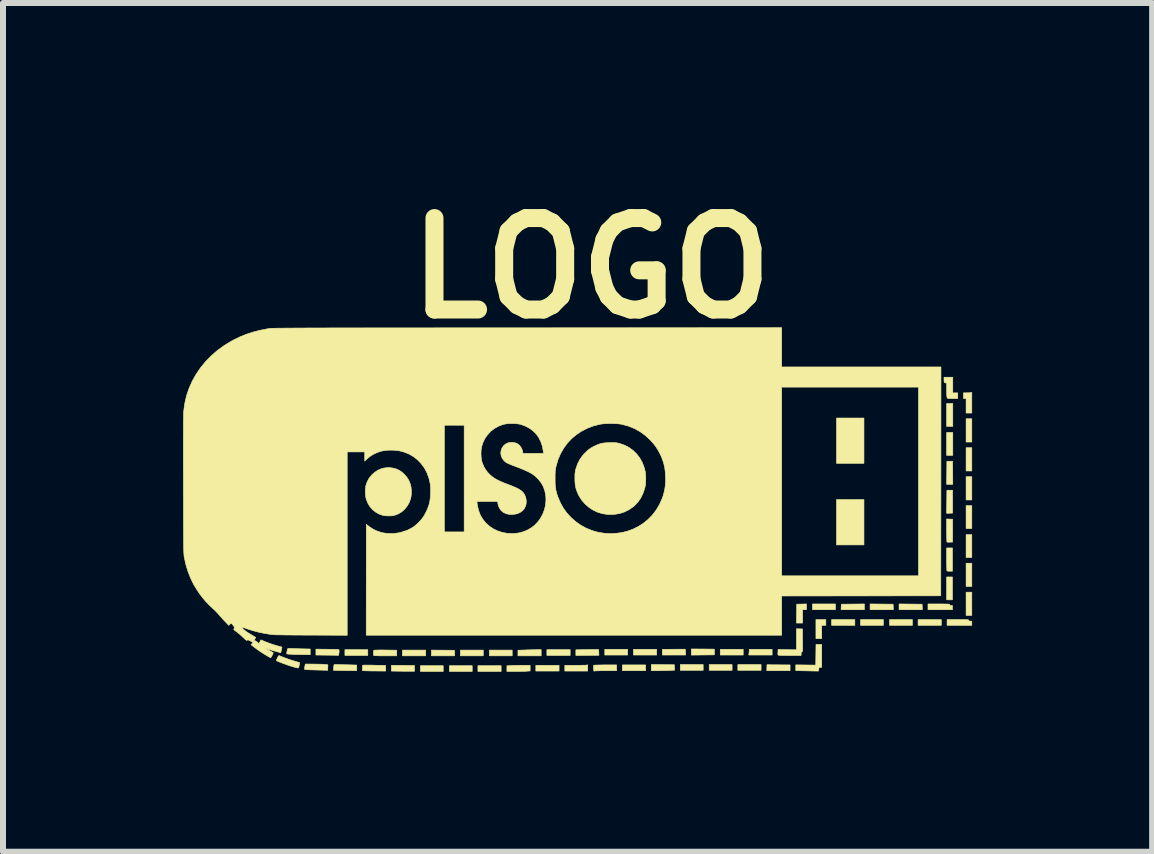
<source format=kicad_pcb>
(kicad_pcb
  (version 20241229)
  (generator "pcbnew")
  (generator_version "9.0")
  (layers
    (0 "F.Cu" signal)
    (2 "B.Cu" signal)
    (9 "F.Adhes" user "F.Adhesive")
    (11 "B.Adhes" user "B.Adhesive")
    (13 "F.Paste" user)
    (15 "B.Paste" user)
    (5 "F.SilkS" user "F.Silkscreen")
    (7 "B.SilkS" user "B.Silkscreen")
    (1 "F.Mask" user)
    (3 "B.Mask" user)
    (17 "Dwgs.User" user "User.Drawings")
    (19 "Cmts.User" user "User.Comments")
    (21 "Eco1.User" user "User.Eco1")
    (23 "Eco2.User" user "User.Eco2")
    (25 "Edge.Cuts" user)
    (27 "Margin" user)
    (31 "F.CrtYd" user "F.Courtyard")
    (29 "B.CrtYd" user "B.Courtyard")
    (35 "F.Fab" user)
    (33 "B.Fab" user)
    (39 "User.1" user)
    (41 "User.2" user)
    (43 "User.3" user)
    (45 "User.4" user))
  (footprint "LOGO"
    (layer "F.Cu")
    (at 6.602 5.318)
    (property "Reference" "LOGO" (at 0.2 -3.9 0) (layer "F.SilkS") (effects (font (size 1.524 1.524) (thickness 0.3))))
    (attr through_hole)
    (fp_poly (pts (xy -3.524 2.553) (xy -3.905 2.553) (xy -3.905 2.457) (xy -3.524 2.457) (xy -3.524 2.553)) (stroke (width 0.01) (type solid)) (fill yes) (layer "F.SilkS"))
    (fp_poly (pts (xy -2.559 2.559) (xy -2.946 2.559) (xy -2.946 2.464) (xy -2.559 2.464) (xy -2.559 2.559)) (stroke (width 0.01) (type solid)) (fill yes) (layer "F.SilkS"))
    (fp_poly (pts (xy -2.267 2.819) (xy -2.648 2.819) (xy -2.648 2.724) (xy -2.267 2.724) (xy -2.267 2.819)) (stroke (width 0.01) (type solid)) (fill yes) (layer "F.SilkS"))
    (fp_poly (pts (xy -1.784 2.819) (xy -2.165 2.819) (xy -2.165 2.724) (xy -1.784 2.724) (xy -1.784 2.819)) (stroke (width 0.01) (type solid)) (fill yes) (layer "F.SilkS"))
    (fp_poly (pts (xy -1.6 2.559) (xy -1.981 2.559) (xy -1.981 2.464) (xy -1.6 2.464) (xy -1.6 2.559)) (stroke (width 0.01) (type solid)) (fill yes) (layer "F.SilkS"))
    (fp_poly (pts (xy -1.302 2.819) (xy -1.689 2.819) (xy -1.689 2.724) (xy -1.302 2.724) (xy -1.302 2.819)) (stroke (width 0.01) (type solid)) (fill yes) (layer "F.SilkS"))
    (fp_poly (pts (xy -1.118 2.559) (xy -1.499 2.559) (xy -1.499 2.464) (xy -1.118 2.464) (xy -1.118 2.559)) (stroke (width 0.01) (type solid)) (fill yes) (layer "F.SilkS"))
    (fp_poly (pts (xy -0.337 2.813) (xy -0.724 2.813) (xy -0.724 2.718) (xy -0.337 2.718) (xy -0.337 2.813)) (stroke (width 0.01) (type solid)) (fill yes) (layer "F.SilkS"))
    (fp_poly (pts (xy -0.152 2.553) (xy -0.54 2.553) (xy -0.54 2.457) (xy -0.152 2.457) (xy -0.152 2.553)) (stroke (width 0.01) (type solid)) (fill yes) (layer "F.SilkS"))
    (fp_poly (pts (xy 0.806 2.546) (xy 0.425 2.546) (xy 0.425 2.451) (xy 0.806 2.451) (xy 0.806 2.546)) (stroke (width 0.01) (type solid)) (fill yes) (layer "F.SilkS"))
    (fp_poly (pts (xy 1.105 2.807) (xy 0.718 2.807) (xy 0.718 2.711) (xy 1.105 2.711) (xy 1.105 2.807)) (stroke (width 0.01) (type solid)) (fill yes) (layer "F.SilkS"))
    (fp_poly (pts (xy 1.289 2.546) (xy 0.902 2.546) (xy 0.902 2.451) (xy 1.289 2.451) (xy 1.289 2.546)) (stroke (width 0.01) (type solid)) (fill yes) (layer "F.SilkS"))
    (fp_poly (pts (xy 2.064 2.8) (xy 1.683 2.8) (xy 1.683 2.705) (xy 2.064 2.705) (xy 2.064 2.8)) (stroke (width 0.01) (type solid)) (fill yes) (layer "F.SilkS"))
    (fp_poly (pts (xy 2.546 2.8) (xy 2.165 2.8) (xy 2.165 2.705) (xy 2.546 2.705) (xy 2.546 2.8)) (stroke (width 0.01) (type solid)) (fill yes) (layer "F.SilkS"))
    (fp_poly (pts (xy 2.731 2.546) (xy 2.349 2.546) (xy 2.349 2.451) (xy 2.731 2.451) (xy 2.731 2.546)) (stroke (width 0.01) (type solid)) (fill yes) (layer "F.SilkS"))
    (fp_poly (pts (xy 3.029 2.8) (xy 2.642 2.8) (xy 2.642 2.705) (xy 3.029 2.705) (xy 3.029 2.8)) (stroke (width 0.01) (type solid)) (fill yes) (layer "F.SilkS"))
    (fp_poly (pts (xy 4.267 1.791) (xy 3.886 1.791) (xy 3.886 1.695) (xy 4.267 1.695) (xy 4.267 1.791)) (stroke (width 0.01) (type solid)) (fill yes) (layer "F.SilkS"))
    (fp_poly (pts (xy 4.591 2.051) (xy 4.204 2.051) (xy 4.204 1.956) (xy 4.591 1.956) (xy 4.591 2.051)) (stroke (width 0.01) (type solid)) (fill yes) (layer "F.SilkS"))
    (fp_poly (pts (xy 4.743 -0.648) (xy 4.286 -0.648) (xy 4.286 -1.403) (xy 4.743 -1.403) (xy 4.743 -0.648)) (stroke (width 0.01) (type solid)) (fill yes) (layer "F.SilkS"))
    (fp_poly (pts (xy 4.743 0.711) (xy 4.286 0.711) (xy 4.286 -0.044) (xy 4.743 -0.044) (xy 4.743 0.711)) (stroke (width 0.01) (type solid)) (fill yes) (layer "F.SilkS"))
    (fp_poly (pts (xy 5.067 2.051) (xy 4.686 2.051) (xy 4.686 1.956) (xy 5.067 1.956) (xy 5.067 2.051)) (stroke (width 0.01) (type solid)) (fill yes) (layer "F.SilkS"))
    (fp_poly (pts (xy 5.55 2.051) (xy 5.169 2.051) (xy 5.169 1.956) (xy 5.55 1.956) (xy 5.55 2.051)) (stroke (width 0.01) (type solid)) (fill yes) (layer "F.SilkS"))
    (fp_poly (pts (xy 6.032 2.051) (xy 5.645 2.051) (xy 5.645 1.956) (xy 6.032 1.956) (xy 6.032 2.051)) (stroke (width 0.01) (type solid)) (fill yes) (layer "F.SilkS"))
    (fp_poly (pts (xy 6.217 1.626) (xy 6.121 1.626) (xy 6.121 1.245) (xy 6.217 1.245) (xy 6.217 1.626)) (stroke (width 0.01) (type solid)) (fill yes) (layer "F.SilkS"))
    (fp_poly (pts (xy 6.223 -1.264) (xy 6.121 -1.264) (xy 6.121 -1.645) (xy 6.223 -1.645) (xy 6.223 -1.264)) (stroke (width 0.01) (type solid)) (fill yes) (layer "F.SilkS"))
    (fp_poly (pts (xy 6.223 -0.781) (xy 6.121 -0.781) (xy 6.121 -1.162) (xy 6.223 -1.162) (xy 6.223 -0.781)) (stroke (width 0.01) (type solid)) (fill yes) (layer "F.SilkS"))
    (fp_poly (pts (xy 6.54 -1.003) (xy 6.445 -1.003) (xy 6.445 -1.391) (xy 6.54 -1.391) (xy 6.54 -1.003)) (stroke (width 0.01) (type solid)) (fill yes) (layer "F.SilkS"))
    (fp_poly (pts (xy 6.54 -0.521) (xy 6.445 -0.521) (xy 6.445 -0.908) (xy 6.54 -0.908) (xy 6.54 -0.521)) (stroke (width 0.01) (type solid)) (fill yes) (layer "F.SilkS"))
    (fp_poly (pts (xy 6.54 -0.038) (xy 6.445 -0.038) (xy 6.445 -0.425) (xy 6.54 -0.425) (xy 6.54 -0.038)) (stroke (width 0.01) (type solid)) (fill yes) (layer "F.SilkS"))
    (fp_poly (pts (xy 6.54 0.438) (xy 6.445 0.438) (xy 6.445 0.057) (xy 6.54 0.057) (xy 6.54 0.438)) (stroke (width 0.01) (type solid)) (fill yes) (layer "F.SilkS"))
    (fp_poly (pts (xy 6.54 0.921) (xy 6.445 0.921) (xy 6.445 0.54) (xy 6.54 0.54) (xy 6.54 0.921)) (stroke (width 0.01) (type solid)) (fill yes) (layer "F.SilkS"))
    (fp_poly (pts (xy 6.54 1.403) (xy 6.445 1.403) (xy 6.445 1.016) (xy 6.54 1.016) (xy 6.54 1.403)) (stroke (width 0.01) (type solid)) (fill yes) (layer "F.SilkS"))
    (fp_poly (pts (xy 6.54 1.886) (xy 6.445 1.886) (xy 6.445 1.499) (xy 6.54 1.499) (xy 6.54 1.886)) (stroke (width 0.01) (type solid)) (fill yes) (layer "F.SilkS"))
    (fp_poly (pts (xy -2.272 2.465) (xy -2.08 2.467) (xy -2.078 2.513) (xy -2.076 2.559) (xy -2.464 2.559) (xy -2.464 2.464) (xy -2.272 2.465)) (stroke (width 0.01) (type solid)) (fill yes) (layer "F.SilkS"))
    (fp_poly (pts (xy 2.059 2.446) (xy 2.251 2.448) (xy 2.251 2.543) (xy 2.059 2.545) (xy 1.867 2.547) (xy 1.867 2.445) (xy 2.059 2.446)) (stroke (width 0.01) (type solid)) (fill yes) (layer "F.SilkS"))
    (fp_poly (pts (xy 4.108 2.051) (xy 4.039 2.051) (xy 4.039 2.273) (xy 3.943 2.273) (xy 3.943 1.956) (xy 4.108 1.956) (xy 4.108 2.051)) (stroke (width 0.01) (type solid)) (fill yes) (layer "F.SilkS"))
    (fp_poly (pts (xy 4.75 1.791) (xy 4.362 1.791) (xy 4.364 1.745) (xy 4.366 1.699) (xy 4.558 1.697) (xy 4.75 1.695) (xy 4.75 1.791)) (stroke (width 0.01) (type solid)) (fill yes) (layer "F.SilkS"))
    (fp_poly (pts (xy 5.037 1.697) (xy 5.229 1.699) (xy 5.231 1.745) (xy 5.233 1.791) (xy 4.845 1.791) (xy 4.845 1.695) (xy 5.037 1.697)) (stroke (width 0.01) (type solid)) (fill yes) (layer "F.SilkS"))
    (fp_poly (pts (xy 5.52 1.697) (xy 5.712 1.699) (xy 5.714 1.745) (xy 5.716 1.791) (xy 5.328 1.791) (xy 5.328 1.695) (xy 5.52 1.697)) (stroke (width 0.01) (type solid)) (fill yes) (layer "F.SilkS"))
    (fp_poly (pts (xy 6.22 0.181) (xy 6.171 0.183) (xy 6.121 0.185) (xy 6.123 -0.008) (xy 6.125 -0.2) (xy 6.22 -0.2) (xy 6.22 0.181)) (stroke (width 0.01) (type solid)) (fill yes) (layer "F.SilkS"))
    (fp_poly (pts (xy 6.222 -0.491) (xy 6.223 -0.298) (xy 6.121 -0.298) (xy 6.123 -0.491) (xy 6.125 -0.683) (xy 6.22 -0.683) (xy 6.222 -0.491)) (stroke (width 0.01) (type solid)) (fill yes) (layer "F.SilkS"))
    (fp_poly (pts (xy 3.213 2.546) (xy 2.824 2.546) (xy 2.828 2.513) (xy 2.83 2.491) (xy 2.832 2.472) (xy 2.832 2.465) (xy 2.832 2.451) (xy 3.213 2.451) (xy 3.213 2.546)) (stroke (width 0.01) (type solid)) (fill yes) (layer "F.SilkS"))
    (fp_poly (pts (xy 3.785 1.791) (xy 3.721 1.791) (xy 3.721 2.013) (xy 3.619 2.013) (xy 3.621 1.856) (xy 3.623 1.699) (xy 3.704 1.697) (xy 3.785 1.695) (xy 3.785 1.791)) (stroke (width 0.01) (type solid)) (fill yes) (layer "F.SilkS"))
    (fp_poly (pts (xy -0.635 2.559) (xy -1.022 2.559) (xy -1.022 2.466) (xy -0.894 2.462) (xy -0.849 2.46) (xy -0.804 2.459) (xy -0.762 2.458) (xy -0.725 2.458) (xy -0.7 2.457) (xy -0.635 2.457) (xy -0.635 2.559)) (stroke (width 0.01) (type solid)) (fill yes) (layer "F.SilkS"))
    (fp_poly (pts (xy -2.938 2.719) (xy -2.746 2.721) (xy -2.746 2.816) (xy -2.823 2.816) (xy -2.856 2.816) (xy -2.897 2.816) (xy -2.943 2.816) (xy -2.989 2.815) (xy -3.015 2.815) (xy -3.131 2.813) (xy -3.131 2.718) (xy -2.938 2.719)) (stroke (width 0.01) (type solid)) (fill yes) (layer "F.SilkS"))
    (fp_poly (pts (xy 0.14 2.813) (xy -0.241 2.813) (xy -0.241 2.718) (xy -0.075 2.718) (xy -0.029 2.718) (xy 0.015 2.717) (xy 0.053 2.716) (xy 0.084 2.716) (xy 0.106 2.715) (xy 0.116 2.714) (xy 0.14 2.71) (xy 0.14 2.813)) (stroke (width 0.01) (type solid)) (fill yes) (layer "F.SilkS"))
    (fp_poly (pts (xy 1.392 2.707) (xy 1.584 2.708) (xy 1.588 2.798) (xy 1.472 2.803) (xy 1.428 2.804) (xy 1.381 2.805) (xy 1.336 2.806) (xy 1.297 2.807) (xy 1.279 2.807) (xy 1.2 2.807) (xy 1.2 2.705) (xy 1.392 2.707)) (stroke (width 0.01) (type solid)) (fill yes) (layer "F.SilkS"))
    (fp_poly (pts (xy 6.54 -1.486) (xy 6.445 -1.486) (xy 6.445 -1.727) (xy 6.401 -1.727) (xy 6.401 -1.822) (xy 6.456 -1.823) (xy 6.483 -1.823) (xy 6.507 -1.824) (xy 6.523 -1.826) (xy 6.526 -1.826) (xy 6.54 -1.83) (xy 6.54 -1.486)) (stroke (width 0.01) (type solid)) (fill yes) (layer "F.SilkS"))
    (fp_poly (pts (xy 3.177 2.708) (xy 3.198 2.709) (xy 3.229 2.709) (xy 3.268 2.709) (xy 3.311 2.709) (xy 3.355 2.71) (xy 3.369 2.71) (xy 3.512 2.711) (xy 3.512 2.807) (xy 3.124 2.807) (xy 3.126 2.757) (xy 3.127 2.708) (xy 3.177 2.708)) (stroke (width 0.01) (type solid)) (fill yes) (layer "F.SilkS"))
    (fp_poly (pts (xy 6.217 1.149) (xy 6.173 1.149) (xy 6.151 1.149) (xy 6.134 1.147) (xy 6.126 1.145) (xy 6.126 1.145) (xy 6.125 1.138) (xy 6.124 1.12) (xy 6.123 1.092) (xy 6.122 1.056) (xy 6.122 1.014) (xy 6.121 0.968) (xy 6.121 0.951) (xy 6.121 0.762) (xy 6.217 0.762) (xy 6.217 1.149)) (stroke (width 0.01) (type solid)) (fill yes) (layer "F.SilkS"))
    (fp_poly (pts (xy 0.321 2.453) (xy 0.322 2.453) (xy 0.322 2.46) (xy 0.323 2.475) (xy 0.325 2.498) (xy 0.325 2.502) (xy 0.327 2.55) (xy 0.135 2.551) (xy -0.057 2.553) (xy -0.057 2.459) (xy 0.132 2.456) (xy 0.179 2.455) (xy 0.223 2.454) (xy 0.26 2.454) (xy 0.29 2.454) (xy 0.311 2.453) (xy 0.321 2.453)) (stroke (width 0.01) (type solid)) (fill yes) (layer "F.SilkS"))
    (fp_poly (pts (xy 1.763 2.45) (xy 1.767 2.456) (xy 1.769 2.471) (xy 1.77 2.495) (xy 1.77 2.497) (xy 1.772 2.546) (xy 1.384 2.546) (xy 1.384 2.451) (xy 1.565 2.45) (xy 1.612 2.45) (xy 1.656 2.449) (xy 1.694 2.449) (xy 1.724 2.449) (xy 1.746 2.449) (xy 1.757 2.448) (xy 1.757 2.448) (xy 1.763 2.45)) (stroke (width 0.01) (type solid)) (fill yes) (layer "F.SilkS"))
    (fp_poly (pts (xy 6.171 0.281) (xy 6.22 0.283) (xy 6.22 0.664) (xy 6.175 0.665) (xy 6.152 0.666) (xy 6.135 0.665) (xy 6.126 0.663) (xy 6.126 0.663) (xy 6.125 0.656) (xy 6.124 0.637) (xy 6.123 0.609) (xy 6.122 0.574) (xy 6.122 0.532) (xy 6.121 0.485) (xy 6.121 0.469) (xy 6.121 0.279) (xy 6.171 0.281)) (stroke (width 0.01) (type solid)) (fill yes) (layer "F.SilkS"))
    (fp_poly (pts (xy -0.819 2.811) (xy -0.877 2.815) (xy -0.902 2.817) (xy -0.936 2.818) (xy -0.977 2.819) (xy -1.021 2.819) (xy -1.066 2.819) (xy -1.071 2.819) (xy -1.206 2.819) (xy -1.206 2.726) (xy -1.135 2.722) (xy -1.105 2.721) (xy -1.065 2.719) (xy -1.021 2.719) (xy -0.975 2.718) (xy -0.941 2.718) (xy -0.819 2.718) (xy -0.819 2.811)) (stroke (width 0.01) (type solid)) (fill yes) (layer "F.SilkS"))
    (fp_poly (pts (xy 6.044 1.695) (xy 6.085 1.696) (xy 6.116 1.696) (xy 6.139 1.697) (xy 6.155 1.698) (xy 6.164 1.699) (xy 6.17 1.701) (xy 6.172 1.704) (xy 6.172 1.708) (xy 6.172 1.708) (xy 6.175 1.717) (xy 6.184 1.72) (xy 6.194 1.721) (xy 6.217 1.721) (xy 6.217 1.791) (xy 5.81 1.791) (xy 5.81 1.695) (xy 5.991 1.695) (xy 6.044 1.695)) (stroke (width 0.01) (type solid)) (fill yes) (layer "F.SilkS"))
    (fp_poly (pts (xy 6.361 1.956) (xy 6.403 1.956) (xy 6.434 1.956) (xy 6.457 1.957) (xy 6.472 1.958) (xy 6.482 1.96) (xy 6.487 1.962) (xy 6.489 1.965) (xy 6.49 1.968) (xy 6.49 1.968) (xy 6.492 1.977) (xy 6.5 1.98) (xy 6.515 1.981) (xy 6.54 1.981) (xy 6.54 2.051) (xy 6.128 2.051) (xy 6.128 1.956) (xy 6.309 1.956) (xy 6.361 1.956)) (stroke (width 0.01) (type solid)) (fill yes) (layer "F.SilkS"))
    (fp_poly (pts (xy 4.039 2.75) (xy 4.017 2.75) (xy 4.004 2.75) (xy 3.996 2.754) (xy 3.993 2.765) (xy 3.99 2.781) (xy 3.986 2.813) (xy 3.896 2.812) (xy 3.855 2.811) (xy 3.807 2.81) (xy 3.757 2.809) (xy 3.712 2.808) (xy 3.707 2.808) (xy 3.607 2.806) (xy 3.607 2.71) (xy 3.773 2.712) (xy 3.94 2.714) (xy 3.942 2.541) (xy 3.944 2.369) (xy 4.039 2.369) (xy 4.039 2.75)) (stroke (width 0.01) (type solid)) (fill yes) (layer "F.SilkS"))
    (fp_poly (pts (xy -4.034 2.706) (xy -3.999 2.706) (xy -3.957 2.707) (xy -3.911 2.708) (xy -3.896 2.708) (xy -3.708 2.713) (xy -3.708 2.807) (xy -3.837 2.805) (xy -3.882 2.805) (xy -3.927 2.804) (xy -3.969 2.803) (xy -4.006 2.803) (xy -4.031 2.802) (xy -4.096 2.8) (xy -4.092 2.754) (xy -4.09 2.731) (xy -4.087 2.714) (xy -4.086 2.706) (xy -4.086 2.706) (xy -4.079 2.706) (xy -4.061 2.705) (xy -4.034 2.706)) (stroke (width 0.01) (type solid)) (fill yes) (layer "F.SilkS"))
    (fp_poly (pts (xy 0.622 2.807) (xy 0.456 2.807) (xy 0.41 2.807) (xy 0.367 2.807) (xy 0.329 2.808) (xy 0.298 2.809) (xy 0.276 2.81) (xy 0.266 2.811) (xy 0.243 2.814) (xy 0.238 2.77) (xy 0.237 2.747) (xy 0.236 2.728) (xy 0.238 2.718) (xy 0.238 2.718) (xy 0.246 2.716) (xy 0.266 2.714) (xy 0.299 2.713) (xy 0.345 2.712) (xy 0.403 2.711) (xy 0.432 2.711) (xy 0.622 2.711) (xy 0.622 2.807)) (stroke (width 0.01) (type solid)) (fill yes) (layer "F.SilkS"))
    (fp_poly (pts (xy -3.517 2.714) (xy -3.475 2.714) (xy -3.428 2.715) (xy -3.414 2.716) (xy -3.226 2.72) (xy -3.226 2.813) (xy -3.383 2.812) (xy -3.429 2.811) (xy -3.472 2.811) (xy -3.512 2.81) (xy -3.544 2.809) (xy -3.567 2.809) (xy -3.577 2.808) (xy -3.613 2.806) (xy -3.613 2.762) (xy -3.612 2.74) (xy -3.61 2.723) (xy -3.607 2.715) (xy -3.607 2.715) (xy -3.6 2.714) (xy -3.581 2.714) (xy -3.553 2.714) (xy -3.517 2.714)) (stroke (width 0.01) (type solid)) (fill yes) (layer "F.SilkS"))
    (fp_poly (pts (xy -3.268 2.462) (xy -3.231 2.463) (xy -3.042 2.465) (xy -3.042 2.559) (xy -3.231 2.559) (xy -3.279 2.559) (xy -3.323 2.559) (xy -3.361 2.558) (xy -3.391 2.557) (xy -3.413 2.556) (xy -3.424 2.555) (xy -3.425 2.555) (xy -3.427 2.546) (xy -3.429 2.529) (xy -3.429 2.508) (xy -3.428 2.488) (xy -3.426 2.473) (xy -3.424 2.467) (xy -3.416 2.465) (xy -3.396 2.464) (xy -3.365 2.463) (xy -3.322 2.462) (xy -3.268 2.462)) (stroke (width 0.01) (type solid)) (fill yes) (layer "F.SilkS"))
    (fp_poly (pts (xy 6.223 -1.822) (xy 6.306 -1.822) (xy 6.306 -1.727) (xy 6.221 -1.727) (xy 6.187 -1.727) (xy 6.163 -1.728) (xy 6.147 -1.729) (xy 6.138 -1.732) (xy 6.132 -1.736) (xy 6.129 -1.74) (xy 6.126 -1.75) (xy 6.124 -1.77) (xy 6.122 -1.8) (xy 6.122 -1.842) (xy 6.121 -1.87) (xy 6.121 -1.988) (xy 6.103 -1.988) (xy 6.091 -1.99) (xy 6.083 -1.997) (xy 6.079 -2.012) (xy 6.077 -2.037) (xy 6.077 -2.049) (xy 6.077 -2.083) (xy 6.223 -2.083) (xy 6.223 -1.822)) (stroke (width 0.01) (type solid)) (fill yes) (layer "F.SilkS"))
    (fp_poly (pts (xy -4.199 2.45) (xy -4.151 2.451) (xy -4.107 2.452) (xy -4.069 2.453) (xy -4.039 2.454) (xy -4.017 2.455) (xy -4.006 2.457) (xy -4.005 2.457) (xy -4.003 2.465) (xy -4.002 2.481) (xy -4.003 2.501) (xy -4.005 2.522) (xy -4.008 2.539) (xy -4.01 2.55) (xy -4.012 2.551) (xy -4.019 2.551) (xy -4.038 2.55) (xy -4.065 2.55) (xy -4.101 2.549) (xy -4.143 2.549) (xy -4.189 2.548) (xy -4.202 2.548) (xy -4.388 2.546) (xy -4.388 2.497) (xy -4.388 2.448) (xy -4.199 2.45)) (stroke (width 0.01) (type solid)) (fill yes) (layer "F.SilkS"))
    (fp_poly (pts (xy -4.838 2.437) (xy -4.818 2.437) (xy -4.789 2.438) (xy -4.752 2.439) (xy -4.709 2.44) (xy -4.663 2.442) (xy -4.659 2.442) (xy -4.483 2.446) (xy -4.483 2.54) (xy -4.593 2.539) (xy -4.637 2.538) (xy -4.685 2.537) (xy -4.732 2.536) (xy -4.772 2.535) (xy -4.786 2.534) (xy -4.817 2.532) (xy -4.844 2.531) (xy -4.863 2.528) (xy -4.873 2.527) (xy -4.874 2.526) (xy -4.874 2.518) (xy -4.873 2.502) (xy -4.869 2.48) (xy -4.869 2.479) (xy -4.864 2.455) (xy -4.859 2.442) (xy -4.853 2.437) (xy -4.848 2.436) (xy -4.838 2.437)) (stroke (width 0.01) (type solid)) (fill yes) (layer "F.SilkS"))
    (fp_poly (pts (xy -4.427 2.697) (xy -4.362 2.698) (xy -4.309 2.699) (xy -4.267 2.701) (xy -4.234 2.703) (xy -4.211 2.705) (xy -4.196 2.708) (xy -4.189 2.712) (xy -4.187 2.716) (xy -4.189 2.727) (xy -4.191 2.746) (xy -4.191 2.763) (xy -4.191 2.8) (xy -4.234 2.799) (xy -4.253 2.799) (xy -4.282 2.798) (xy -4.319 2.797) (xy -4.361 2.796) (xy -4.405 2.795) (xy -4.424 2.794) (xy -4.466 2.793) (xy -4.504 2.792) (xy -4.535 2.79) (xy -4.559 2.789) (xy -4.573 2.787) (xy -4.576 2.786) (xy -4.577 2.778) (xy -4.576 2.761) (xy -4.573 2.739) (xy -4.573 2.738) (xy -4.565 2.696) (xy -4.427 2.697)) (stroke (width 0.01) (type solid)) (fill yes) (layer "F.SilkS"))
    (fp_poly (pts (xy 3.669 2.11) (xy 3.718 2.111) (xy 3.72 2.301) (xy 3.72 2.355) (xy 3.72 2.397) (xy 3.72 2.43) (xy 3.72 2.454) (xy 3.719 2.471) (xy 3.718 2.482) (xy 3.716 2.489) (xy 3.713 2.492) (xy 3.709 2.493) (xy 3.708 2.494) (xy 3.7 2.498) (xy 3.696 2.509) (xy 3.696 2.525) (xy 3.696 2.553) (xy 3.505 2.553) (xy 3.449 2.553) (xy 3.404 2.552) (xy 3.37 2.552) (xy 3.345 2.551) (xy 3.328 2.549) (xy 3.317 2.548) (xy 3.312 2.545) (xy 3.311 2.544) (xy 3.31 2.534) (xy 3.309 2.515) (xy 3.31 2.495) (xy 3.312 2.454) (xy 3.466 2.457) (xy 3.619 2.459) (xy 3.619 2.108) (xy 3.669 2.11)) (stroke (width 0.01) (type solid)) (fill yes) (layer "F.SilkS"))
    (fp_poly (pts (xy -4.954 2.575) (xy -4.899 2.596) (xy -4.841 2.617) (xy -4.783 2.636) (xy -4.73 2.652) (xy -4.684 2.665) (xy -4.681 2.665) (xy -4.667 2.669) (xy -4.66 2.673) (xy -4.66 2.673) (xy -4.66 2.681) (xy -4.663 2.697) (xy -4.667 2.719) (xy -4.667 2.719) (xy -4.673 2.742) (xy -4.677 2.755) (xy -4.683 2.761) (xy -4.689 2.762) (xy -4.7 2.76) (xy -4.72 2.755) (xy -4.747 2.748) (xy -4.778 2.739) (xy -4.787 2.736) (xy -4.82 2.726) (xy -4.856 2.714) (xy -4.895 2.7) (xy -4.934 2.686) (xy -4.971 2.672) (xy -5.002 2.66) (xy -5.027 2.649) (xy -5.041 2.642) (xy -5.042 2.642) (xy -5.046 2.637) (xy -5.046 2.629) (xy -5.04 2.615) (xy -5.03 2.594) (xy -5.018 2.571) (xy -5.008 2.558) (xy -5.002 2.555) (xy -4.954 2.575)) (stroke (width 0.01) (type solid)) (fill yes) (layer "F.SilkS"))
    (fp_poly (pts (xy -3.156 -0.576) (xy -3.094 -0.567) (xy -3.04 -0.551) (xy -2.99 -0.526) (xy -2.942 -0.49) (xy -2.917 -0.467) (xy -2.873 -0.417) (xy -2.84 -0.364) (xy -2.816 -0.305) (xy -2.809 -0.279) (xy -2.802 -0.241) (xy -2.798 -0.195) (xy -2.798 -0.147) (xy -2.802 -0.101) (xy -2.809 -0.064) (xy -2.832 0.003) (xy -2.866 0.062) (xy -2.908 0.115) (xy -2.957 0.159) (xy -3.013 0.193) (xy -3.075 0.217) (xy -3.083 0.219) (xy -3.117 0.225) (xy -3.159 0.228) (xy -3.203 0.227) (xy -3.245 0.224) (xy -3.272 0.219) (xy -3.336 0.197) (xy -3.394 0.164) (xy -3.446 0.122) (xy -3.49 0.071) (xy -3.525 0.012) (xy -3.55 -0.053) (xy -3.553 -0.064) (xy -3.56 -0.097) (xy -3.563 -0.138) (xy -3.565 -0.182) (xy -3.563 -0.224) (xy -3.559 -0.261) (xy -3.557 -0.273) (xy -3.535 -0.338) (xy -3.503 -0.398) (xy -3.461 -0.452) (xy -3.411 -0.497) (xy -3.355 -0.534) (xy -3.293 -0.56) (xy -3.258 -0.569) (xy -3.206 -0.576) (xy -3.156 -0.576)) (stroke (width 0.01) (type solid)) (fill yes) (layer "F.SilkS"))
    (fp_poly (pts (xy 0.559 -0.993) (xy 0.591 -0.992) (xy 0.616 -0.991) (xy 0.638 -0.987) (xy 0.659 -0.983) (xy 0.67 -0.98) (xy 0.753 -0.951) (xy 0.828 -0.912) (xy 0.896 -0.863) (xy 0.956 -0.805) (xy 1.007 -0.738) (xy 1.049 -0.663) (xy 1.081 -0.58) (xy 1.099 -0.511) (xy 1.103 -0.489) (xy 1.105 -0.458) (xy 1.107 -0.422) (xy 1.107 -0.384) (xy 1.106 -0.344) (xy 1.105 -0.312) (xy 1.101 -0.284) (xy 1.096 -0.257) (xy 1.09 -0.232) (xy 1.062 -0.148) (xy 1.024 -0.071) (xy 0.978 -0.003) (xy 0.922 0.056) (xy 0.899 0.075) (xy 0.829 0.124) (xy 0.753 0.162) (xy 0.673 0.188) (xy 0.588 0.202) (xy 0.499 0.205) (xy 0.467 0.203) (xy 0.383 0.19) (xy 0.302 0.165) (xy 0.227 0.129) (xy 0.157 0.083) (xy 0.095 0.028) (xy 0.04 -0.035) (xy -0.005 -0.107) (xy -0.019 -0.134) (xy -0.039 -0.181) (xy -0.054 -0.224) (xy -0.064 -0.267) (xy -0.07 -0.312) (xy -0.073 -0.365) (xy -0.073 -0.397) (xy -0.073 -0.439) (xy -0.072 -0.471) (xy -0.069 -0.496) (xy -0.066 -0.519) (xy -0.061 -0.542) (xy -0.058 -0.552) (xy -0.029 -0.637) (xy 0.01 -0.714) (xy 0.06 -0.783) (xy 0.106 -0.832) (xy 0.144 -0.867) (xy 0.181 -0.895) (xy 0.22 -0.919) (xy 0.264 -0.941) (xy 0.307 -0.96) (xy 0.347 -0.974) (xy 0.385 -0.983) (xy 0.427 -0.989) (xy 0.475 -0.992) (xy 0.518 -0.993) (xy 0.559 -0.993)) (stroke (width 0.01) (type solid)) (fill yes) (layer "F.SilkS"))
    (fp_poly (pts (xy 3.372 -2.254) (xy 4.699 -2.254) (xy 6.026 -2.254) (xy 6.025 -0.348) (xy 6.023 1.559) (xy 4.697 1.561) (xy 3.372 1.562) (xy 3.372 2.216) (xy -3.55 2.216) (xy -3.549 1.293) (xy -3.549 0.369) (xy -3.503 0.404) (xy -3.434 0.45) (xy -3.361 0.484) (xy -3.283 0.508) (xy -3.201 0.52) (xy -3.112 0.522) (xy -3.08 0.52) (xy -3.003 0.509) (xy -2.927 0.489) (xy -2.853 0.461) (xy -2.786 0.426) (xy -2.764 0.412) (xy -2.735 0.39) (xy -2.702 0.36) (xy -2.668 0.327) (xy -2.636 0.293) (xy -2.61 0.261) (xy -2.609 0.26) (xy -2.582 0.218) (xy -2.555 0.168) (xy -2.53 0.114) (xy -2.51 0.059) (xy -2.498 0.022) (xy -2.489 -0.024) (xy -2.482 -0.078) (xy -2.478 -0.137) (xy -2.477 -0.198) (xy -2.478 -0.255) (xy -2.484 -0.305) (xy -2.485 -0.314) (xy -2.507 -0.407) (xy -2.539 -0.493) (xy -2.581 -0.571) (xy -2.632 -0.641) (xy -2.691 -0.703) (xy -2.757 -0.756) (xy -2.831 -0.8) (xy -2.911 -0.833) (xy -2.996 -0.856) (xy -3.086 -0.867) (xy -3.168 -0.868) (xy -3.233 -0.863) (xy -3.289 -0.853) (xy -3.342 -0.837) (xy -3.397 -0.815) (xy -3.414 -0.807) (xy -3.455 -0.784) (xy -3.49 -0.761) (xy -3.523 -0.733) (xy -3.527 -0.73) (xy -3.575 -0.685) (xy -3.575 -0.838) (xy -3.867 -0.838) (xy -3.867 2.217) (xy -4.472 2.214) (xy -4.576 2.214) (xy -4.668 2.213) (xy -4.749 2.213) (xy -4.819 2.212) (xy -4.881 2.212) (xy -4.934 2.211) (xy -4.979 2.21) (xy -5.017 2.21) (xy -5.049 2.209) (xy -5.076 2.208) (xy -5.099 2.206) (xy -5.118 2.205) (xy -5.134 2.203) (xy -5.149 2.202) (xy -5.152 2.201) (xy -5.253 2.184) (xy -5.353 2.163) (xy -5.449 2.137) (xy -5.538 2.109) (xy -5.575 2.095) (xy -5.597 2.087) (xy -5.615 2.081) (xy -5.624 2.079) (xy -5.625 2.079) (xy -5.622 2.085) (xy -5.612 2.097) (xy -5.598 2.113) (xy -5.596 2.116) (xy -5.57 2.139) (xy -5.534 2.165) (xy -5.488 2.194) (xy -5.479 2.2) (xy -5.45 2.217) (xy -5.425 2.232) (xy -5.406 2.243) (xy -5.395 2.25) (xy -5.393 2.251) (xy -5.395 2.257) (xy -5.401 2.271) (xy -5.411 2.289) (xy -5.411 2.29) (xy -5.421 2.309) (xy -5.425 2.318) (xy -5.423 2.32) (xy -5.418 2.315) (xy -5.41 2.309) (xy -5.402 2.308) (xy -5.392 2.312) (xy -5.377 2.322) (xy -5.356 2.339) (xy -5.337 2.355) (xy -5.305 2.293) (xy -5.255 2.315) (xy -5.21 2.333) (xy -5.157 2.353) (xy -5.1 2.372) (xy -5.045 2.389) (xy -5.014 2.397) (xy -4.989 2.404) (xy -4.969 2.41) (xy -4.957 2.414) (xy -4.955 2.415) (xy -4.955 2.422) (xy -4.958 2.437) (xy -4.962 2.457) (xy -4.967 2.477) (xy -4.971 2.495) (xy -4.975 2.505) (xy -4.975 2.507) (xy -4.982 2.506) (xy -4.998 2.502) (xy -5.021 2.495) (xy -5.05 2.487) (xy -5.081 2.478) (xy -5.114 2.469) (xy -5.144 2.459) (xy -5.17 2.451) (xy -5.189 2.445) (xy -5.197 2.442) (xy -5.213 2.436) (xy -5.217 2.435) (xy -5.213 2.439) (xy -5.21 2.442) (xy -5.199 2.449) (xy -5.18 2.461) (xy -5.157 2.474) (xy -5.15 2.478) (xy -5.128 2.49) (xy -5.111 2.5) (xy -5.101 2.505) (xy -5.099 2.506) (xy -5.1 2.513) (xy -5.106 2.527) (xy -5.114 2.545) (xy -5.124 2.564) (xy -5.133 2.58) (xy -5.14 2.589) (xy -5.142 2.591) (xy -5.149 2.588) (xy -5.165 2.58) (xy -5.186 2.568) (xy -5.197 2.562) (xy -5.252 2.529) (xy -5.309 2.492) (xy -5.365 2.453) (xy -5.415 2.416) (xy -5.419 2.413) (xy -5.469 2.374) (xy -5.452 2.356) (xy -5.434 2.338) (xy -5.477 2.314) (xy -5.5 2.302) (xy -5.514 2.296) (xy -5.524 2.295) (xy -5.532 2.298) (xy -5.533 2.298) (xy -5.539 2.301) (xy -5.546 2.3) (xy -5.556 2.294) (xy -5.57 2.281) (xy -5.591 2.262) (xy -5.597 2.256) (xy -5.625 2.23) (xy -5.656 2.202) (xy -5.687 2.177) (xy -5.7 2.166) (xy -5.723 2.149) (xy -5.741 2.135) (xy -5.753 2.124) (xy -5.757 2.12) (xy -5.756 2.111) (xy -5.75 2.102) (xy -5.745 2.095) (xy -5.744 2.088) (xy -5.749 2.078) (xy -5.76 2.062) (xy -5.767 2.053) (xy -5.78 2.035) (xy -5.791 2.021) (xy -5.796 2.014) (xy -5.796 2.013) (xy -5.801 2.016) (xy -5.812 2.025) (xy -5.819 2.031) (xy -5.84 2.052) (xy -5.906 1.983) (xy -5.933 1.955) (xy -5.959 1.926) (xy -5.982 1.9) (xy -6 1.879) (xy -6.003 1.876) (xy -6.019 1.856) (xy -6.043 1.832) (xy -6.069 1.805) (xy -6.097 1.779) (xy -6.098 1.778) (xy -6.162 1.717) (xy -6.219 1.659) (xy -6.269 1.6) (xy -6.317 1.538) (xy -6.36 1.476) (xy -6.424 1.372) (xy -6.477 1.264) (xy -6.521 1.151) (xy -6.557 1.032) (xy -6.58 0.924) (xy -6.582 0.915) (xy -6.584 0.906) (xy -6.585 0.897) (xy -6.586 0.886) (xy -6.587 0.874) (xy -6.588 0.859) (xy -6.589 0.842) (xy -6.59 0.82) (xy -6.591 0.795) (xy -6.591 0.765) (xy -6.592 0.73) (xy -6.592 0.689) (xy -6.593 0.642) (xy -6.593 0.588) (xy -6.594 0.526) (xy -6.594 0.456) (xy -6.594 0.378) (xy -6.595 0.29) (xy -6.595 0.192) (xy -6.595 0.084) (xy -6.595 -0.036) (xy -6.596 -0.167) (xy -6.596 -0.292) (xy -6.596 -0.452) (xy -6.597 -0.6) (xy -6.597 -0.735) (xy -6.597 -0.859) (xy -6.597 -0.971) (xy -6.597 -1.071) (xy -6.596 -1.161) (xy -6.596 -1.24) (xy -6.596 -1.283) (xy -2.248 -1.283) (xy -2.248 0.495) (xy -1.918 0.495) (xy -1.918 -0.013) (xy -1.706 -0.013) (xy -1.701 0.03) (xy -1.694 0.069) (xy -1.684 0.113) (xy -1.671 0.156) (xy -1.657 0.194) (xy -1.647 0.218) (xy -1.605 0.287) (xy -1.554 0.349) (xy -1.494 0.402) (xy -1.428 0.446) (xy -1.355 0.48) (xy -1.277 0.505) (xy -1.195 0.519) (xy -1.11 0.522) (xy -1.022 0.514) (xy -1 0.51) (xy -0.929 0.491) (xy -0.858 0.461) (xy -0.792 0.421) (xy -0.75 0.389) (xy -0.695 0.333) (xy -0.647 0.269) (xy -0.609 0.198) (xy -0.58 0.123) (xy -0.562 0.044) (xy -0.555 -0.036) (xy -0.559 -0.111) (xy -0.574 -0.188) (xy -0.598 -0.257) (xy -0.633 -0.321) (xy -0.679 -0.379) (xy -0.692 -0.394) (xy -0.403 -0.394) (xy -0.403 -0.337) (xy -0.401 -0.289) (xy -0.397 -0.249) (xy -0.392 -0.211) (xy -0.383 -0.175) (xy -0.372 -0.135) (xy -0.358 -0.092) (xy -0.317 0.005) (xy -0.267 0.096) (xy -0.207 0.179) (xy -0.137 0.255) (xy -0.06 0.323) (xy 0.024 0.382) (xy 0.115 0.432) (xy 0.211 0.471) (xy 0.312 0.5) (xy 0.416 0.517) (xy 0.454 0.52) (xy 0.485 0.522) (xy 0.512 0.523) (xy 0.533 0.523) (xy 0.543 0.523) (xy 0.558 0.522) (xy 0.582 0.52) (xy 0.609 0.518) (xy 0.613 0.518) (xy 0.708 0.506) (xy 0.803 0.482) (xy 0.896 0.448) (xy 0.986 0.403) (xy 1.07 0.349) (xy 1.146 0.287) (xy 1.214 0.218) (xy 1.217 0.214) (xy 1.283 0.128) (xy 1.338 0.035) (xy 1.381 -0.062) (xy 1.394 -0.098) (xy 1.411 -0.158) (xy 1.424 -0.213) (xy 1.432 -0.269) (xy 1.437 -0.329) (xy 1.438 -0.397) (xy 1.434 -0.492) (xy 1.423 -0.58) (xy 1.403 -0.663) (xy 1.374 -0.744) (xy 1.344 -0.809) (xy 1.311 -0.87) (xy 1.277 -0.923) (xy 1.24 -0.972) (xy 1.195 -1.023) (xy 1.183 -1.036) (xy 1.103 -1.11) (xy 1.017 -1.173) (xy 0.925 -1.225) (xy 0.826 -1.266) (xy 0.721 -1.295) (xy 0.7 -1.3) (xy 0.663 -1.305) (xy 0.617 -1.309) (xy 0.565 -1.311) (xy 0.51 -1.312) (xy 0.456 -1.31) (xy 0.406 -1.307) (xy 0.363 -1.302) (xy 0.346 -1.299) (xy 0.237 -1.272) (xy 0.135 -1.233) (xy 0.04 -1.185) (xy -0.047 -1.127) (xy -0.127 -1.06) (xy -0.198 -0.985) (xy -0.259 -0.901) (xy -0.312 -0.809) (xy -0.354 -0.711) (xy -0.385 -0.605) (xy -0.392 -0.578) (xy -0.396 -0.554) (xy -0.399 -0.529) (xy -0.401 -0.499) (xy -0.403 -0.462) (xy -0.403 -0.415) (xy -0.403 -0.394) (xy -0.692 -0.394) (xy -0.702 -0.403) (xy -0.727 -0.427) (xy -0.752 -0.448) (xy -0.779 -0.467) (xy -0.809 -0.486) (xy -0.844 -0.505) (xy -0.886 -0.524) (xy -0.934 -0.545) (xy -0.992 -0.569) (xy -1.06 -0.595) (xy -1.073 -0.6) (xy -1.121 -0.618) (xy -1.159 -0.634) (xy -1.189 -0.647) (xy -1.212 -0.659) (xy -1.23 -0.671) (xy -1.245 -0.684) (xy -1.259 -0.699) (xy -1.263 -0.702) (xy -1.288 -0.74) (xy -1.303 -0.781) (xy -1.308 -0.823) (xy -1.302 -0.865) (xy -1.287 -0.904) (xy -1.264 -0.938) (xy -1.232 -0.967) (xy -1.193 -0.987) (xy -1.179 -0.991) (xy -1.149 -0.996) (xy -1.115 -0.996) (xy -1.08 -0.992) (xy -1.05 -0.984) (xy -1.038 -0.979) (xy -1.002 -0.954) (xy -0.973 -0.918) (xy -0.952 -0.876) (xy -0.943 -0.84) (xy -0.939 -0.813) (xy -0.596 -0.813) (xy -0.6 -0.849) (xy -0.615 -0.932) (xy -0.641 -1.009) (xy -0.676 -1.078) (xy -0.714 -1.132) (xy -0.764 -1.183) (xy -0.822 -1.227) (xy -0.888 -1.264) (xy -0.958 -1.291) (xy -0.977 -1.297) (xy -1.017 -1.305) (xy -1.066 -1.31) (xy -1.119 -1.312) (xy -1.171 -1.311) (xy -1.22 -1.306) (xy -1.26 -1.298) (xy -1.266 -1.297) (xy -1.343 -1.268) (xy -1.413 -1.23) (xy -1.475 -1.182) (xy -1.528 -1.125) (xy -1.573 -1.061) (xy -1.607 -0.989) (xy -1.626 -0.927) (xy -1.635 -0.877) (xy -1.638 -0.819) (xy -1.636 -0.76) (xy -1.629 -0.704) (xy -1.617 -0.657) (xy -1.588 -0.588) (xy -1.548 -0.524) (xy -1.515 -0.485) (xy -1.484 -0.454) (xy -1.451 -0.426) (xy -1.414 -0.4) (xy -1.372 -0.375) (xy -1.321 -0.35) (xy -1.262 -0.325) (xy -1.194 -0.298) (xy -1.13 -0.274) (xy -1.077 -0.252) (xy -1.033 -0.232) (xy -0.998 -0.213) (xy -0.97 -0.194) (xy -0.947 -0.174) (xy -0.929 -0.153) (xy -0.914 -0.13) (xy -0.907 -0.117) (xy -0.89 -0.069) (xy -0.883 -0.02) (xy -0.886 0.029) (xy -0.895 0.065) (xy -0.918 0.109) (xy -0.951 0.146) (xy -0.992 0.174) (xy -1.04 0.193) (xy -1.095 0.203) (xy -1.155 0.204) (xy -1.167 0.203) (xy -1.219 0.191) (xy -1.265 0.17) (xy -1.302 0.139) (xy -1.33 0.099) (xy -1.35 0.051) (xy -1.357 0.015) (xy -1.361 -0.013) (xy -1.706 -0.013) (xy -1.918 -0.013) (xy -1.918 -1.283) (xy -2.248 -1.283) (xy -6.596 -1.283) (xy -6.596 -1.309) (xy -6.595 -1.368) (xy -6.594 -1.417) (xy -6.594 -1.457) (xy -6.593 -1.487) (xy -6.592 -1.508) (xy -6.591 -1.518) (xy -6.573 -1.648) (xy -6.544 -1.775) (xy -6.502 -1.898) (xy -6.493 -1.918) (xy 3.372 -1.918) (xy 3.372 1.226) (xy 5.652 1.226) (xy 5.652 -1.918) (xy 3.372 -1.918) (xy -6.493 -1.918) (xy -6.449 -2.017) (xy -6.385 -2.131) (xy -6.311 -2.24) (xy -6.227 -2.343) (xy -6.133 -2.439) (xy -6.03 -2.529) (xy -5.917 -2.611) (xy -5.797 -2.684) (xy -5.75 -2.709) (xy -5.647 -2.759) (xy -5.541 -2.801) (xy -5.432 -2.836) (xy -5.316 -2.866) (xy -5.191 -2.89) (xy -5.166 -2.894) (xy -5.161 -2.895) (xy -5.154 -2.895) (xy -5.146 -2.896) (xy -5.136 -2.897) (xy -5.123 -2.897) (xy -5.108 -2.898) (xy -5.09 -2.898) (xy -5.068 -2.899) (xy -5.043 -2.899) (xy -5.015 -2.9) (xy -4.982 -2.9) (xy -4.945 -2.9) (xy -4.903 -2.901) (xy -4.857 -2.901) (xy -4.805 -2.901) (xy -4.747 -2.902) (xy -4.684 -2.902) (xy -4.615 -2.902) (xy -4.54 -2.903) (xy -4.458 -2.903) (xy -4.369 -2.903) (xy -4.273 -2.903) (xy -4.169 -2.904) (xy -4.058 -2.904) (xy -3.939 -2.904) (xy -3.811 -2.904) (xy -3.675 -2.904) (xy -3.53 -2.905) (xy -3.375 -2.905) (xy -3.212 -2.905) (xy -3.038 -2.905) (xy -2.855 -2.905) (xy -2.661 -2.905) (xy -2.456 -2.905) (xy -2.241 -2.906) (xy -2.015 -2.906) (xy -1.777 -2.906) (xy -1.527 -2.906) (xy -1.266 -2.906) (xy -0.992 -2.906) (xy -0.865 -2.906) (xy 3.372 -2.908) (xy 3.372 -2.254)) (stroke (width 0.01) (type solid)) (fill yes) (layer "F.SilkS")))
  (gr_rect
    (start -3 -3)
    (end 16.147 11.142)
    (stroke (width 0.1) (type default))
    (fill no)
    (layer "Edge.Cuts")))
</source>
